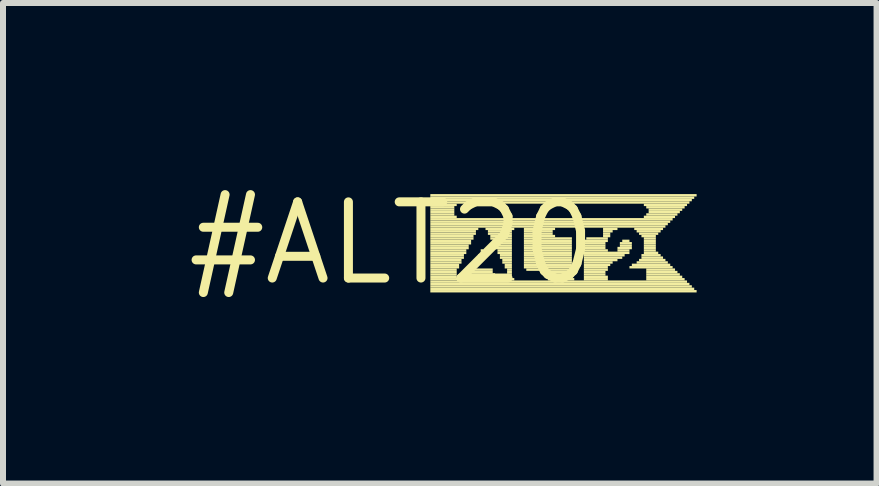
<source format=kicad_pcb>
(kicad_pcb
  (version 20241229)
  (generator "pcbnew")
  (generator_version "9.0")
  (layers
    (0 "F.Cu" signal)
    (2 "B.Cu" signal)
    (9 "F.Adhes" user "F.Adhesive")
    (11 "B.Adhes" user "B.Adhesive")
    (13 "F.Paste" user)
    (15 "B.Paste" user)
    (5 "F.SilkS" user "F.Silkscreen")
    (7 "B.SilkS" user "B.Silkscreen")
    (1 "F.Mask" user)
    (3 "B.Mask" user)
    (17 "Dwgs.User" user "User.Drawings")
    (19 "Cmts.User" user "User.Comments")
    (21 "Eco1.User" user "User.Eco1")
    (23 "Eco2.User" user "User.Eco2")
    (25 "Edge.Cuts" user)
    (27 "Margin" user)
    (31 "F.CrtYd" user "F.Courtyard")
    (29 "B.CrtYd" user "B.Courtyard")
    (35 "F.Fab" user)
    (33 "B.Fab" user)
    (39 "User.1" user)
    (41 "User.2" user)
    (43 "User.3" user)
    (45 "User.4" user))
  (footprint "#ALT20"
    (layer "F.Cu")
    (at 3.485 1.006)
    (property "Reference" "#ALT20" (at 0 0 0) (layer "F.SilkS") (effects (font (size 1.27 1.27) (thickness 0.15))))
    (fp_poly (pts (xy 0.64 -0.78) (xy 5.08 -0.78) (xy 5.08 -0.82) (xy 0.64 -0.82)) (stroke (width 0) (type default)) (fill yes) (layer "F.SilkS"))
    (fp_poly (pts (xy 0.64 -0.74) (xy 5.04 -0.74) (xy 5.04 -0.78) (xy 0.64 -0.78)) (stroke (width 0) (type default)) (fill yes) (layer "F.SilkS"))
    (fp_poly (pts (xy 0.64 -0.7) (xy 5 -0.7) (xy 5 -0.74) (xy 0.64 -0.74)) (stroke (width 0) (type default)) (fill yes) (layer "F.SilkS"))
    (fp_poly (pts (xy 0.64 -0.66) (xy 4.96 -0.66) (xy 4.96 -0.7) (xy 0.64 -0.7)) (stroke (width 0) (type default)) (fill yes) (layer "F.SilkS"))
    (fp_poly (pts (xy 0.64 -0.62) (xy 1.08 -0.62) (xy 1.08 -0.66) (xy 0.64 -0.66)) (stroke (width 0) (type default)) (fill yes) (layer "F.SilkS"))
    (fp_poly (pts (xy 0.64 -0.58) (xy 1.04 -0.58) (xy 1.04 -0.62) (xy 0.64 -0.62)) (stroke (width 0) (type default)) (fill yes) (layer "F.SilkS"))
    (fp_poly (pts (xy 0.64 -0.54) (xy 1.04 -0.54) (xy 1.04 -0.58) (xy 0.64 -0.58)) (stroke (width 0) (type default)) (fill yes) (layer "F.SilkS"))
    (fp_poly (pts (xy 0.64 -0.5) (xy 1.04 -0.5) (xy 1.04 -0.54) (xy 0.64 -0.54)) (stroke (width 0) (type default)) (fill yes) (layer "F.SilkS"))
    (fp_poly (pts (xy 0.64 -0.46) (xy 1.04 -0.46) (xy 1.04 -0.5) (xy 0.64 -0.5)) (stroke (width 0) (type default)) (fill yes) (layer "F.SilkS"))
    (fp_poly (pts (xy 0.64 -0.42) (xy 1.08 -0.42) (xy 1.08 -0.46) (xy 0.64 -0.46)) (stroke (width 0) (type default)) (fill yes) (layer "F.SilkS"))
    (fp_poly (pts (xy 0.64 -0.38) (xy 4.68 -0.38) (xy 4.68 -0.42) (xy 0.64 -0.42)) (stroke (width 0) (type default)) (fill yes) (layer "F.SilkS"))
    (fp_poly (pts (xy 0.64 -0.34) (xy 4.64 -0.34) (xy 4.64 -0.38) (xy 0.64 -0.38)) (stroke (width 0) (type default)) (fill yes) (layer "F.SilkS"))
    (fp_poly (pts (xy 0.64 -0.3) (xy 4.6 -0.3) (xy 4.6 -0.34) (xy 0.64 -0.34)) (stroke (width 0) (type default)) (fill yes) (layer "F.SilkS"))
    (fp_poly (pts (xy 0.64 -0.26) (xy 4.56 -0.26) (xy 4.56 -0.3) (xy 0.64 -0.3)) (stroke (width 0) (type default)) (fill yes) (layer "F.SilkS"))
    (fp_poly (pts (xy 0.64 -0.22) (xy 1.44 -0.22) (xy 1.44 -0.26) (xy 0.64 -0.26)) (stroke (width 0) (type default)) (fill yes) (layer "F.SilkS"))
    (fp_poly (pts (xy 0.64 -0.18) (xy 1.4 -0.18) (xy 1.4 -0.22) (xy 0.64 -0.22)) (stroke (width 0) (type default)) (fill yes) (layer "F.SilkS"))
    (fp_poly (pts (xy 0.64 -0.14) (xy 1.4 -0.14) (xy 1.4 -0.18) (xy 0.64 -0.18)) (stroke (width 0) (type default)) (fill yes) (layer "F.SilkS"))
    (fp_poly (pts (xy 0.64 -0.1) (xy 1.36 -0.1) (xy 1.36 -0.14) (xy 0.64 -0.14)) (stroke (width 0) (type default)) (fill yes) (layer "F.SilkS"))
    (fp_poly (pts (xy 0.64 -0.06) (xy 1.36 -0.06) (xy 1.36 -0.1) (xy 0.64 -0.1)) (stroke (width 0) (type default)) (fill yes) (layer "F.SilkS"))
    (fp_poly (pts (xy 0.64 -0.02) (xy 1.32 -0.02) (xy 1.32 -0.06) (xy 0.64 -0.06)) (stroke (width 0) (type default)) (fill yes) (layer "F.SilkS"))
    (fp_poly (pts (xy 0.64 0.02) (xy 1.32 0.02) (xy 1.32 -0.02) (xy 0.64 -0.02)) (stroke (width 0) (type default)) (fill yes) (layer "F.SilkS"))
    (fp_poly (pts (xy 0.64 0.06) (xy 1.28 0.06) (xy 1.28 0.02) (xy 0.64 0.02)) (stroke (width 0) (type default)) (fill yes) (layer "F.SilkS"))
    (fp_poly (pts (xy 0.64 0.1) (xy 1.28 0.1) (xy 1.28 0.06) (xy 0.64 0.06)) (stroke (width 0) (type default)) (fill yes) (layer "F.SilkS"))
    (fp_poly (pts (xy 0.64 0.14) (xy 1.24 0.14) (xy 1.24 0.1) (xy 0.64 0.1)) (stroke (width 0) (type default)) (fill yes) (layer "F.SilkS"))
    (fp_poly (pts (xy 0.64 0.18) (xy 1.24 0.18) (xy 1.24 0.14) (xy 0.64 0.14)) (stroke (width 0) (type default)) (fill yes) (layer "F.SilkS"))
    (fp_poly (pts (xy 0.64 0.22) (xy 1.2 0.22) (xy 1.2 0.18) (xy 0.64 0.18)) (stroke (width 0) (type default)) (fill yes) (layer "F.SilkS"))
    (fp_poly (pts (xy 0.64 0.26) (xy 1.2 0.26) (xy 1.2 0.22) (xy 0.64 0.22)) (stroke (width 0) (type default)) (fill yes) (layer "F.SilkS"))
    (fp_poly (pts (xy 0.64 0.3) (xy 1.16 0.3) (xy 1.16 0.26) (xy 0.64 0.26)) (stroke (width 0) (type default)) (fill yes) (layer "F.SilkS"))
    (fp_poly (pts (xy 0.64 0.34) (xy 1.16 0.34) (xy 1.16 0.3) (xy 0.64 0.3)) (stroke (width 0) (type default)) (fill yes) (layer "F.SilkS"))
    (fp_poly (pts (xy 0.64 0.38) (xy 1.12 0.38) (xy 1.12 0.34) (xy 0.64 0.34)) (stroke (width 0) (type default)) (fill yes) (layer "F.SilkS"))
    (fp_poly (pts (xy 0.64 0.42) (xy 1.12 0.42) (xy 1.12 0.38) (xy 0.64 0.38)) (stroke (width 0) (type default)) (fill yes) (layer "F.SilkS"))
    (fp_poly (pts (xy 0.64 0.46) (xy 1.08 0.46) (xy 1.08 0.42) (xy 0.64 0.42)) (stroke (width 0) (type default)) (fill yes) (layer "F.SilkS"))
    (fp_poly (pts (xy 0.64 0.5) (xy 1.08 0.5) (xy 1.08 0.46) (xy 0.64 0.46)) (stroke (width 0) (type default)) (fill yes) (layer "F.SilkS"))
    (fp_poly (pts (xy 0.64 0.54) (xy 1.08 0.54) (xy 1.08 0.5) (xy 0.64 0.5)) (stroke (width 0) (type default)) (fill yes) (layer "F.SilkS"))
    (fp_poly (pts (xy 0.64 0.58) (xy 1.08 0.58) (xy 1.08 0.54) (xy 0.64 0.54)) (stroke (width 0) (type default)) (fill yes) (layer "F.SilkS"))
    (fp_poly (pts (xy 0.64 0.62) (xy 1.12 0.62) (xy 1.12 0.58) (xy 0.64 0.58)) (stroke (width 0) (type default)) (fill yes) (layer "F.SilkS"))
    (fp_poly (pts (xy 0.64 0.66) (xy 4.92 0.66) (xy 4.92 0.62) (xy 0.64 0.62)) (stroke (width 0) (type default)) (fill yes) (layer "F.SilkS"))
    (fp_poly (pts (xy 0.64 0.7) (xy 4.96 0.7) (xy 4.96 0.66) (xy 0.64 0.66)) (stroke (width 0) (type default)) (fill yes) (layer "F.SilkS"))
    (fp_poly (pts (xy 0.64 0.74) (xy 5 0.74) (xy 5 0.7) (xy 0.64 0.7)) (stroke (width 0) (type default)) (fill yes) (layer "F.SilkS"))
    (fp_poly (pts (xy 0.64 0.78) (xy 5.04 0.78) (xy 5.04 0.74) (xy 0.64 0.74)) (stroke (width 0) (type default)) (fill yes) (layer "F.SilkS"))
    (fp_poly (pts (xy 0.64 0.82) (xy 5.08 0.82) (xy 5.08 0.78) (xy 0.64 0.78)) (stroke (width 0) (type default)) (fill yes) (layer "F.SilkS"))
    (fp_poly (pts (xy 1.24 0.62) (xy 1.76 0.62) (xy 1.76 0.58) (xy 1.24 0.58)) (stroke (width 0) (type default)) (fill yes) (layer "F.SilkS"))
    (fp_poly (pts (xy 1.28 0.54) (xy 1.72 0.54) (xy 1.72 0.5) (xy 1.28 0.5)) (stroke (width 0) (type default)) (fill yes) (layer "F.SilkS"))
    (fp_poly (pts (xy 1.28 0.58) (xy 1.72 0.58) (xy 1.72 0.54) (xy 1.28 0.54)) (stroke (width 0) (type default)) (fill yes) (layer "F.SilkS"))
    (fp_poly (pts (xy 1.32 0.46) (xy 1.68 0.46) (xy 1.68 0.42) (xy 1.32 0.42)) (stroke (width 0) (type default)) (fill yes) (layer "F.SilkS"))
    (fp_poly (pts (xy 1.32 0.5) (xy 1.68 0.5) (xy 1.68 0.46) (xy 1.32 0.46)) (stroke (width 0) (type default)) (fill yes) (layer "F.SilkS"))
    (fp_poly (pts (xy 1.44 0.22) (xy 1.56 0.22) (xy 1.56 0.18) (xy 1.44 0.18)) (stroke (width 0) (type default)) (fill yes) (layer "F.SilkS"))
    (fp_poly (pts (xy 1.44 0.26) (xy 1.56 0.26) (xy 1.56 0.22) (xy 1.44 0.22)) (stroke (width 0) (type default)) (fill yes) (layer "F.SilkS"))
    (fp_poly (pts (xy 1.48 0.14) (xy 1.52 0.14) (xy 1.52 0.1) (xy 1.48 0.1)) (stroke (width 0) (type default)) (fill yes) (layer "F.SilkS"))
    (fp_poly (pts (xy 1.48 0.18) (xy 1.52 0.18) (xy 1.52 0.14) (xy 1.48 0.14)) (stroke (width 0) (type default)) (fill yes) (layer "F.SilkS"))
    (fp_poly (pts (xy 1.56 -0.22) (xy 2.04 -0.22) (xy 2.04 -0.26) (xy 1.56 -0.26)) (stroke (width 0) (type default)) (fill yes) (layer "F.SilkS"))
    (fp_poly (pts (xy 1.6 -0.18) (xy 2 -0.18) (xy 2 -0.22) (xy 1.6 -0.22)) (stroke (width 0) (type default)) (fill yes) (layer "F.SilkS"))
    (fp_poly (pts (xy 1.6 -0.14) (xy 2 -0.14) (xy 2 -0.18) (xy 1.6 -0.18)) (stroke (width 0) (type default)) (fill yes) (layer "F.SilkS"))
    (fp_poly (pts (xy 1.64 -0.1) (xy 2 -0.1) (xy 2 -0.14) (xy 1.64 -0.14)) (stroke (width 0) (type default)) (fill yes) (layer "F.SilkS"))
    (fp_poly (pts (xy 1.64 -0.06) (xy 2 -0.06) (xy 2 -0.1) (xy 1.64 -0.1)) (stroke (width 0) (type default)) (fill yes) (layer "F.SilkS"))
    (fp_poly (pts (xy 1.68 -0.02) (xy 2 -0.02) (xy 2 -0.06) (xy 1.68 -0.06)) (stroke (width 0) (type default)) (fill yes) (layer "F.SilkS"))
    (fp_poly (pts (xy 1.68 0.02) (xy 2 0.02) (xy 2 -0.02) (xy 1.68 -0.02)) (stroke (width 0) (type default)) (fill yes) (layer "F.SilkS"))
    (fp_poly (pts (xy 1.72 0.06) (xy 2 0.06) (xy 2 0.02) (xy 1.72 0.02)) (stroke (width 0) (type default)) (fill yes) (layer "F.SilkS"))
    (fp_poly (pts (xy 1.72 0.1) (xy 2 0.1) (xy 2 0.06) (xy 1.72 0.06)) (stroke (width 0) (type default)) (fill yes) (layer "F.SilkS"))
    (fp_poly (pts (xy 1.76 0.14) (xy 2 0.14) (xy 2 0.1) (xy 1.76 0.1)) (stroke (width 0) (type default)) (fill yes) (layer "F.SilkS"))
    (fp_poly (pts (xy 1.76 0.18) (xy 2 0.18) (xy 2 0.14) (xy 1.76 0.14)) (stroke (width 0) (type default)) (fill yes) (layer "F.SilkS"))
    (fp_poly (pts (xy 1.8 0.22) (xy 2 0.22) (xy 2 0.18) (xy 1.8 0.18)) (stroke (width 0) (type default)) (fill yes) (layer "F.SilkS"))
    (fp_poly (pts (xy 1.8 0.26) (xy 2 0.26) (xy 2 0.22) (xy 1.8 0.22)) (stroke (width 0) (type default)) (fill yes) (layer "F.SilkS"))
    (fp_poly (pts (xy 1.84 0.3) (xy 2 0.3) (xy 2 0.26) (xy 1.84 0.26)) (stroke (width 0) (type default)) (fill yes) (layer "F.SilkS"))
    (fp_poly (pts (xy 1.84 0.34) (xy 2 0.34) (xy 2 0.3) (xy 1.84 0.3)) (stroke (width 0) (type default)) (fill yes) (layer "F.SilkS"))
    (fp_poly (pts (xy 1.88 0.38) (xy 2 0.38) (xy 2 0.34) (xy 1.88 0.34)) (stroke (width 0) (type default)) (fill yes) (layer "F.SilkS"))
    (fp_poly (pts (xy 1.88 0.42) (xy 2 0.42) (xy 2 0.38) (xy 1.88 0.38)) (stroke (width 0) (type default)) (fill yes) (layer "F.SilkS"))
    (fp_poly (pts (xy 1.88 0.62) (xy 2.04 0.62) (xy 2.04 0.58) (xy 1.88 0.58)) (stroke (width 0) (type default)) (fill yes) (layer "F.SilkS"))
    (fp_poly (pts (xy 1.92 0.46) (xy 2 0.46) (xy 2 0.42) (xy 1.92 0.42)) (stroke (width 0) (type default)) (fill yes) (layer "F.SilkS"))
    (fp_poly (pts (xy 1.92 0.5) (xy 2 0.5) (xy 2 0.46) (xy 1.92 0.46)) (stroke (width 0) (type default)) (fill yes) (layer "F.SilkS"))
    (fp_poly (pts (xy 1.92 0.54) (xy 2 0.54) (xy 2 0.5) (xy 1.92 0.5)) (stroke (width 0) (type default)) (fill yes) (layer "F.SilkS"))
    (fp_poly (pts (xy 1.92 0.58) (xy 2 0.58) (xy 2 0.54) (xy 1.92 0.54)) (stroke (width 0) (type default)) (fill yes) (layer "F.SilkS"))
    (fp_poly (pts (xy 2.2 -0.22) (xy 2.72 -0.22) (xy 2.72 -0.26) (xy 2.2 -0.26)) (stroke (width 0) (type default)) (fill yes) (layer "F.SilkS"))
    (fp_poly (pts (xy 2.2 -0.18) (xy 2.68 -0.18) (xy 2.68 -0.22) (xy 2.2 -0.22)) (stroke (width 0) (type default)) (fill yes) (layer "F.SilkS"))
    (fp_poly (pts (xy 2.2 -0.14) (xy 2.68 -0.14) (xy 2.68 -0.18) (xy 2.2 -0.18)) (stroke (width 0) (type default)) (fill yes) (layer "F.SilkS"))
    (fp_poly (pts (xy 2.2 -0.1) (xy 2.72 -0.1) (xy 2.72 -0.14) (xy 2.2 -0.14)) (stroke (width 0) (type default)) (fill yes) (layer "F.SilkS"))
    (fp_poly (pts (xy 2.2 -0.06) (xy 3 -0.06) (xy 3 -0.1) (xy 2.2 -0.1)) (stroke (width 0) (type default)) (fill yes) (layer "F.SilkS"))
    (fp_poly (pts (xy 2.2 -0.02) (xy 3 -0.02) (xy 3 -0.06) (xy 2.2 -0.06)) (stroke (width 0) (type default)) (fill yes) (layer "F.SilkS"))
    (fp_poly (pts (xy 2.2 0.02) (xy 3 0.02) (xy 3 -0.02) (xy 2.2 -0.02)) (stroke (width 0) (type default)) (fill yes) (layer "F.SilkS"))
    (fp_poly (pts (xy 2.2 0.06) (xy 3 0.06) (xy 3 0.02) (xy 2.2 0.02)) (stroke (width 0) (type default)) (fill yes) (layer "F.SilkS"))
    (fp_poly (pts (xy 2.2 0.1) (xy 3 0.1) (xy 3 0.06) (xy 2.2 0.06)) (stroke (width 0) (type default)) (fill yes) (layer "F.SilkS"))
    (fp_poly (pts (xy 2.2 0.14) (xy 3 0.14) (xy 3 0.1) (xy 2.2 0.1)) (stroke (width 0) (type default)) (fill yes) (layer "F.SilkS"))
    (fp_poly (pts (xy 2.2 0.18) (xy 3 0.18) (xy 3 0.14) (xy 2.2 0.14)) (stroke (width 0) (type default)) (fill yes) (layer "F.SilkS"))
    (fp_poly (pts (xy 2.2 0.22) (xy 3 0.22) (xy 3 0.18) (xy 2.2 0.18)) (stroke (width 0) (type default)) (fill yes) (layer "F.SilkS"))
    (fp_poly (pts (xy 2.2 0.26) (xy 3 0.26) (xy 3 0.22) (xy 2.2 0.22)) (stroke (width 0) (type default)) (fill yes) (layer "F.SilkS"))
    (fp_poly (pts (xy 2.2 0.3) (xy 3 0.3) (xy 3 0.26) (xy 2.2 0.26)) (stroke (width 0) (type default)) (fill yes) (layer "F.SilkS"))
    (fp_poly (pts (xy 2.2 0.34) (xy 3 0.34) (xy 3 0.3) (xy 2.2 0.3)) (stroke (width 0) (type default)) (fill yes) (layer "F.SilkS"))
    (fp_poly (pts (xy 2.2 0.38) (xy 3 0.38) (xy 3 0.34) (xy 2.2 0.34)) (stroke (width 0) (type default)) (fill yes) (layer "F.SilkS"))
    (fp_poly (pts (xy 2.2 0.42) (xy 3 0.42) (xy 3 0.38) (xy 2.2 0.38)) (stroke (width 0) (type default)) (fill yes) (layer "F.SilkS"))
    (fp_poly (pts (xy 2.24 0.46) (xy 3 0.46) (xy 3 0.42) (xy 2.24 0.42)) (stroke (width 0) (type default)) (fill yes) (layer "F.SilkS"))
    (fp_poly (pts (xy 2.6 0.62) (xy 3.04 0.62) (xy 3.04 0.58) (xy 2.6 0.58)) (stroke (width 0) (type default)) (fill yes) (layer "F.SilkS"))
    (fp_poly (pts (xy 2.64 0.5) (xy 3 0.5) (xy 3 0.46) (xy 2.64 0.46)) (stroke (width 0) (type default)) (fill yes) (layer "F.SilkS"))
    (fp_poly (pts (xy 2.64 0.54) (xy 3 0.54) (xy 3 0.5) (xy 2.64 0.5)) (stroke (width 0) (type default)) (fill yes) (layer "F.SilkS"))
    (fp_poly (pts (xy 2.64 0.58) (xy 3 0.58) (xy 3 0.54) (xy 2.64 0.54)) (stroke (width 0) (type default)) (fill yes) (layer "F.SilkS"))
    (fp_poly (pts (xy 3.2 -0.02) (xy 3.6 -0.02) (xy 3.6 -0.06) (xy 3.2 -0.06)) (stroke (width 0) (type default)) (fill yes) (layer "F.SilkS"))
    (fp_poly (pts (xy 3.2 0.02) (xy 3.56 0.02) (xy 3.56 -0.02) (xy 3.2 -0.02)) (stroke (width 0) (type default)) (fill yes) (layer "F.SilkS"))
    (fp_poly (pts (xy 3.2 0.06) (xy 3.56 0.06) (xy 3.56 0.02) (xy 3.2 0.02)) (stroke (width 0) (type default)) (fill yes) (layer "F.SilkS"))
    (fp_poly (pts (xy 3.2 0.1) (xy 3.56 0.1) (xy 3.56 0.06) (xy 3.2 0.06)) (stroke (width 0) (type default)) (fill yes) (layer "F.SilkS"))
    (fp_poly (pts (xy 3.2 0.14) (xy 3.6 0.14) (xy 3.6 0.1) (xy 3.2 0.1)) (stroke (width 0) (type default)) (fill yes) (layer "F.SilkS"))
    (fp_poly (pts (xy 3.2 0.18) (xy 3.96 0.18) (xy 3.96 0.14) (xy 3.2 0.14)) (stroke (width 0) (type default)) (fill yes) (layer "F.SilkS"))
    (fp_poly (pts (xy 3.2 0.22) (xy 3.88 0.22) (xy 3.88 0.18) (xy 3.2 0.18)) (stroke (width 0) (type default)) (fill yes) (layer "F.SilkS"))
    (fp_poly (pts (xy 3.2 0.26) (xy 3.84 0.26) (xy 3.84 0.22) (xy 3.2 0.22)) (stroke (width 0) (type default)) (fill yes) (layer "F.SilkS"))
    (fp_poly (pts (xy 3.2 0.3) (xy 3.76 0.3) (xy 3.76 0.26) (xy 3.2 0.26)) (stroke (width 0) (type default)) (fill yes) (layer "F.SilkS"))
    (fp_poly (pts (xy 3.2 0.34) (xy 3.68 0.34) (xy 3.68 0.3) (xy 3.2 0.3)) (stroke (width 0) (type default)) (fill yes) (layer "F.SilkS"))
    (fp_poly (pts (xy 3.2 0.38) (xy 3.64 0.38) (xy 3.64 0.34) (xy 3.2 0.34)) (stroke (width 0) (type default)) (fill yes) (layer "F.SilkS"))
    (fp_poly (pts (xy 3.2 0.42) (xy 3.6 0.42) (xy 3.6 0.38) (xy 3.2 0.38)) (stroke (width 0) (type default)) (fill yes) (layer "F.SilkS"))
    (fp_poly (pts (xy 3.2 0.46) (xy 3.6 0.46) (xy 3.6 0.42) (xy 3.2 0.42)) (stroke (width 0) (type default)) (fill yes) (layer "F.SilkS"))
    (fp_poly (pts (xy 3.2 0.5) (xy 3.56 0.5) (xy 3.56 0.46) (xy 3.2 0.46)) (stroke (width 0) (type default)) (fill yes) (layer "F.SilkS"))
    (fp_poly (pts (xy 3.2 0.54) (xy 3.56 0.54) (xy 3.56 0.5) (xy 3.2 0.5)) (stroke (width 0) (type default)) (fill yes) (layer "F.SilkS"))
    (fp_poly (pts (xy 3.2 0.58) (xy 3.6 0.58) (xy 3.6 0.54) (xy 3.2 0.54)) (stroke (width 0) (type default)) (fill yes) (layer "F.SilkS"))
    (fp_poly (pts (xy 3.2 0.62) (xy 3.6 0.62) (xy 3.6 0.58) (xy 3.2 0.58)) (stroke (width 0) (type default)) (fill yes) (layer "F.SilkS"))
    (fp_poly (pts (xy 3.24 -0.06) (xy 3.6 -0.06) (xy 3.6 -0.1) (xy 3.24 -0.1)) (stroke (width 0) (type default)) (fill yes) (layer "F.SilkS"))
    (fp_poly (pts (xy 3.52 -0.22) (xy 3.76 -0.22) (xy 3.76 -0.26) (xy 3.52 -0.26)) (stroke (width 0) (type default)) (fill yes) (layer "F.SilkS"))
    (fp_poly (pts (xy 3.52 -0.18) (xy 3.68 -0.18) (xy 3.68 -0.22) (xy 3.52 -0.22)) (stroke (width 0) (type default)) (fill yes) (layer "F.SilkS"))
    (fp_poly (pts (xy 3.52 -0.14) (xy 3.64 -0.14) (xy 3.64 -0.18) (xy 3.52 -0.18)) (stroke (width 0) (type default)) (fill yes) (layer "F.SilkS"))
    (fp_poly (pts (xy 3.52 -0.1) (xy 3.64 -0.1) (xy 3.64 -0.14) (xy 3.52 -0.14)) (stroke (width 0) (type default)) (fill yes) (layer "F.SilkS"))
    (fp_poly (pts (xy 3.76 0.1) (xy 4 0.1) (xy 4 0.06) (xy 3.76 0.06)) (stroke (width 0) (type default)) (fill yes) (layer "F.SilkS"))
    (fp_poly (pts (xy 3.76 0.14) (xy 3.96 0.14) (xy 3.96 0.1) (xy 3.76 0.1)) (stroke (width 0) (type default)) (fill yes) (layer "F.SilkS"))
    (fp_poly (pts (xy 3.8 0.02) (xy 4 0.02) (xy 4 -0.02) (xy 3.8 -0.02)) (stroke (width 0) (type default)) (fill yes) (layer "F.SilkS"))
    (fp_poly (pts (xy 3.8 0.06) (xy 4 0.06) (xy 4 0.02) (xy 3.8 0.02)) (stroke (width 0) (type default)) (fill yes) (layer "F.SilkS"))
    (fp_poly (pts (xy 3.84 -0.02) (xy 3.96 -0.02) (xy 3.96 -0.06) (xy 3.84 -0.06)) (stroke (width 0) (type default)) (fill yes) (layer "F.SilkS"))
    (fp_poly (pts (xy 3.96 0.42) (xy 4.68 0.42) (xy 4.68 0.38) (xy 3.96 0.38)) (stroke (width 0) (type default)) (fill yes) (layer "F.SilkS"))
    (fp_poly (pts (xy 4 0.38) (xy 4.64 0.38) (xy 4.64 0.34) (xy 4 0.34)) (stroke (width 0) (type default)) (fill yes) (layer "F.SilkS"))
    (fp_poly (pts (xy 4.04 -0.22) (xy 4.52 -0.22) (xy 4.52 -0.26) (xy 4.04 -0.26)) (stroke (width 0) (type default)) (fill yes) (layer "F.SilkS"))
    (fp_poly (pts (xy 4.08 -0.18) (xy 4.48 -0.18) (xy 4.48 -0.22) (xy 4.08 -0.22)) (stroke (width 0) (type default)) (fill yes) (layer "F.SilkS"))
    (fp_poly (pts (xy 4.08 0.34) (xy 4.6 0.34) (xy 4.6 0.3) (xy 4.08 0.3)) (stroke (width 0) (type default)) (fill yes) (layer "F.SilkS"))
    (fp_poly (pts (xy 4.12 -0.14) (xy 4.44 -0.14) (xy 4.44 -0.18) (xy 4.12 -0.18)) (stroke (width 0) (type default)) (fill yes) (layer "F.SilkS"))
    (fp_poly (pts (xy 4.12 0.3) (xy 4.56 0.3) (xy 4.56 0.26) (xy 4.12 0.26)) (stroke (width 0) (type default)) (fill yes) (layer "F.SilkS"))
    (fp_poly (pts (xy 4.16 -0.1) (xy 4.4 -0.1) (xy 4.4 -0.14) (xy 4.16 -0.14)) (stroke (width 0) (type default)) (fill yes) (layer "F.SilkS"))
    (fp_poly (pts (xy 4.16 0.22) (xy 4.48 0.22) (xy 4.48 0.18) (xy 4.16 0.18)) (stroke (width 0) (type default)) (fill yes) (layer "F.SilkS"))
    (fp_poly (pts (xy 4.16 0.26) (xy 4.52 0.26) (xy 4.52 0.22) (xy 4.16 0.22)) (stroke (width 0) (type default)) (fill yes) (layer "F.SilkS"))
    (fp_poly (pts (xy 4.2 -0.62) (xy 4.92 -0.62) (xy 4.92 -0.66) (xy 4.2 -0.66)) (stroke (width 0) (type default)) (fill yes) (layer "F.SilkS"))
    (fp_poly (pts (xy 4.2 -0.42) (xy 4.72 -0.42) (xy 4.72 -0.46) (xy 4.2 -0.46)) (stroke (width 0) (type default)) (fill yes) (layer "F.SilkS"))
    (fp_poly (pts (xy 4.2 -0.06) (xy 4.4 -0.06) (xy 4.4 -0.1) (xy 4.2 -0.1)) (stroke (width 0) (type default)) (fill yes) (layer "F.SilkS"))
    (fp_poly (pts (xy 4.2 -0.02) (xy 4.4 -0.02) (xy 4.4 -0.06) (xy 4.2 -0.06)) (stroke (width 0) (type default)) (fill yes) (layer "F.SilkS"))
    (fp_poly (pts (xy 4.2 0.02) (xy 4.4 0.02) (xy 4.4 -0.02) (xy 4.2 -0.02)) (stroke (width 0) (type default)) (fill yes) (layer "F.SilkS"))
    (fp_poly (pts (xy 4.2 0.06) (xy 4.4 0.06) (xy 4.4 0.02) (xy 4.2 0.02)) (stroke (width 0) (type default)) (fill yes) (layer "F.SilkS"))
    (fp_poly (pts (xy 4.2 0.1) (xy 4.4 0.1) (xy 4.4 0.06) (xy 4.2 0.06)) (stroke (width 0) (type default)) (fill yes) (layer "F.SilkS"))
    (fp_poly (pts (xy 4.2 0.14) (xy 4.4 0.14) (xy 4.4 0.1) (xy 4.2 0.1)) (stroke (width 0) (type default)) (fill yes) (layer "F.SilkS"))
    (fp_poly (pts (xy 4.2 0.18) (xy 4.44 0.18) (xy 4.44 0.14) (xy 4.2 0.14)) (stroke (width 0) (type default)) (fill yes) (layer "F.SilkS"))
    (fp_poly (pts (xy 4.24 -0.58) (xy 4.88 -0.58) (xy 4.88 -0.62) (xy 4.24 -0.62)) (stroke (width 0) (type default)) (fill yes) (layer "F.SilkS"))
    (fp_poly (pts (xy 4.24 -0.46) (xy 4.76 -0.46) (xy 4.76 -0.5) (xy 4.24 -0.5)) (stroke (width 0) (type default)) (fill yes) (layer "F.SilkS"))
    (fp_poly (pts (xy 4.24 0.46) (xy 4.72 0.46) (xy 4.72 0.42) (xy 4.24 0.42)) (stroke (width 0) (type default)) (fill yes) (layer "F.SilkS"))
    (fp_poly (pts (xy 4.24 0.5) (xy 4.76 0.5) (xy 4.76 0.46) (xy 4.24 0.46)) (stroke (width 0) (type default)) (fill yes) (layer "F.SilkS"))
    (fp_poly (pts (xy 4.24 0.54) (xy 4.8 0.54) (xy 4.8 0.5) (xy 4.24 0.5)) (stroke (width 0) (type default)) (fill yes) (layer "F.SilkS"))
    (fp_poly (pts (xy 4.24 0.58) (xy 4.84 0.58) (xy 4.84 0.54) (xy 4.24 0.54)) (stroke (width 0) (type default)) (fill yes) (layer "F.SilkS"))
    (fp_poly (pts (xy 4.24 0.62) (xy 4.88 0.62) (xy 4.88 0.58) (xy 4.24 0.58)) (stroke (width 0) (type default)) (fill yes) (layer "F.SilkS"))
    (fp_poly (pts (xy 4.28 -0.54) (xy 4.84 -0.54) (xy 4.84 -0.58) (xy 4.28 -0.58)) (stroke (width 0) (type default)) (fill yes) (layer "F.SilkS"))
    (fp_poly (pts (xy 4.28 -0.5) (xy 4.8 -0.5) (xy 4.8 -0.54) (xy 4.28 -0.54)) (stroke (width 0) (type default)) (fill yes) (layer "F.SilkS")))
  (gr_rect
    (start -3 -3)
    (end 11.565 5.012)
    (stroke (width 0.1) (type default))
    (fill no)
    (layer "Edge.Cuts")))
</source>
